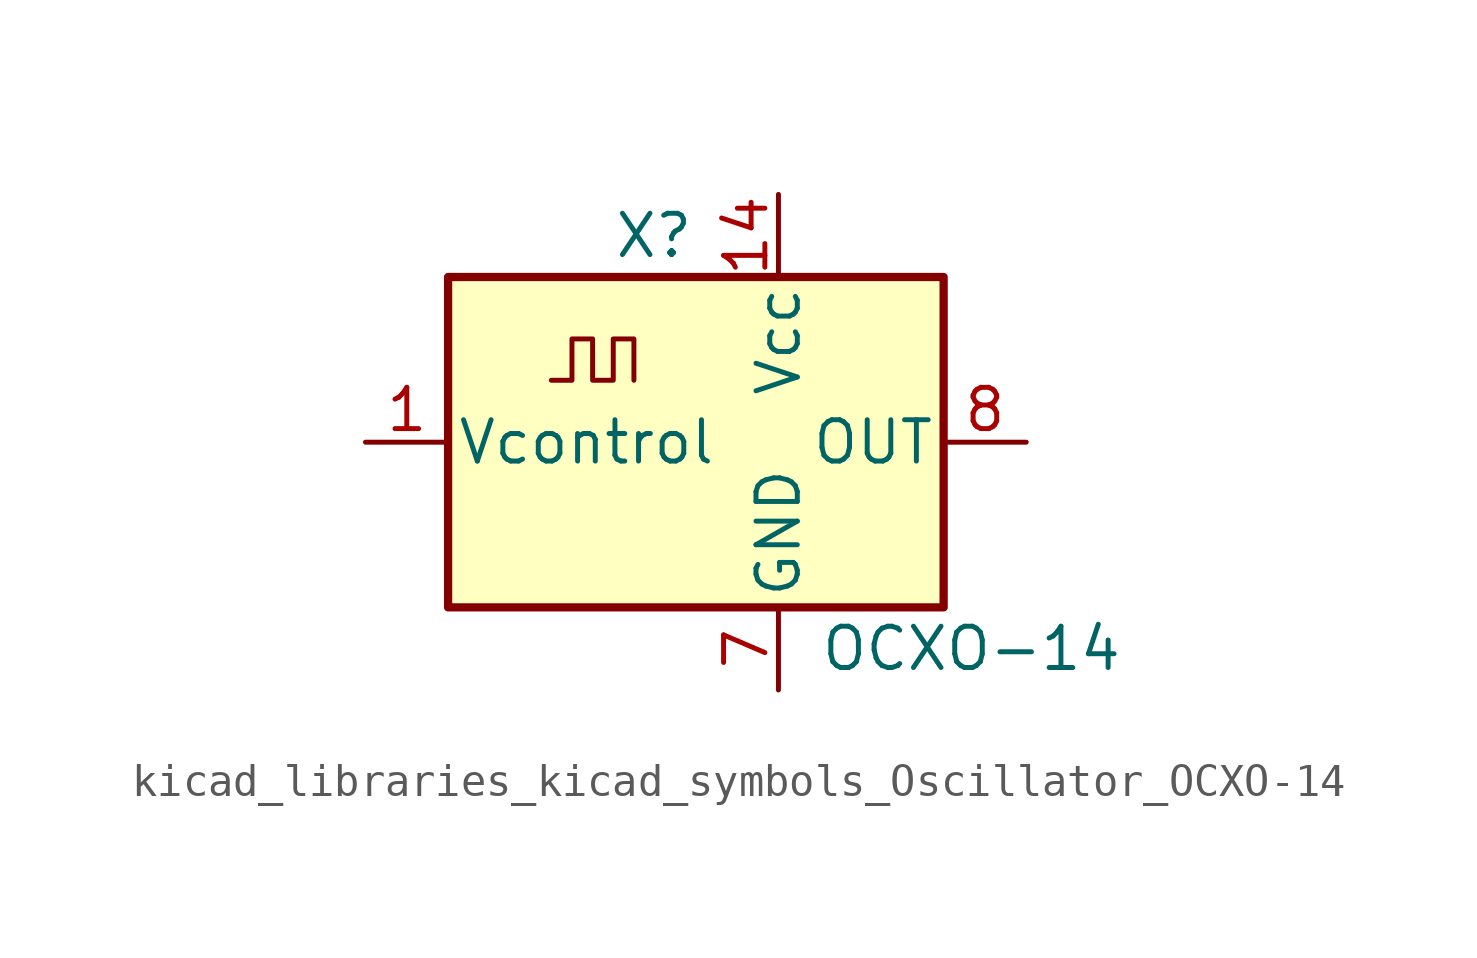
<source format=kicad_sym>
(kicad_symbol_lib
  (version 20220914)
  (generator kicad_symbol_editor)
  (symbol "kicad_libraries_kicad_symbols_Oscillator_OCXO-14"
    (pin_names
      (offset 0.254))
    (property "Reference" "X"
      (at -5.08 6.35 0)
      (effects (font (size 1.27 1.27)) (justify left)))
    (property "Value" "OCXO-14"
      (at 1.27 -6.35 0)
      (effects (font (size 1.27 1.27)) (justify left)))
    (symbol "kicad_libraries_kicad_symbols_Oscillator_OCXO-14_0_1"
      (rectangle (start -10.16 5.08) (end 5.08 -5.08) (stroke (width 0.254) (type default)) (fill (type background)))
      (polyline (pts (xy -6.985 1.905) (xy -6.35 1.905) (xy -6.35 3.175) (xy -5.715 3.175) (xy -5.715 1.905) (xy -5.08 1.905) (xy -5.08 3.175) (xy -4.445 3.175) (xy -4.445 1.905)) (stroke (width 0) (type default)) (fill (type none))))
    (symbol "kicad_libraries_kicad_symbols_Oscillator_OCXO-14_1_1"
      (pin input line (at -12.7 0 0) (length 2.54) (name "Vcontrol" (effects (font (size 1.27 1.27)))) (number "1" (effects (font (size 1.27 1.27)))))
      (pin power_in line (at 0 7.62 270) (length 2.54) (name "Vcc" (effects (font (size 1.27 1.27)))) (number "14" (effects (font (size 1.27 1.27)))))
      (pin power_in line (at 0 -7.62 90) (length 2.54) (name "GND" (effects (font (size 1.27 1.27)))) (number "7" (effects (font (size 1.27 1.27)))))
      (pin output line (at 7.62 0 180) (length 2.54) (name "OUT" (effects (font (size 1.27 1.27)))) (number "8" (effects (font (size 1.27 1.27))))))))
</source>
